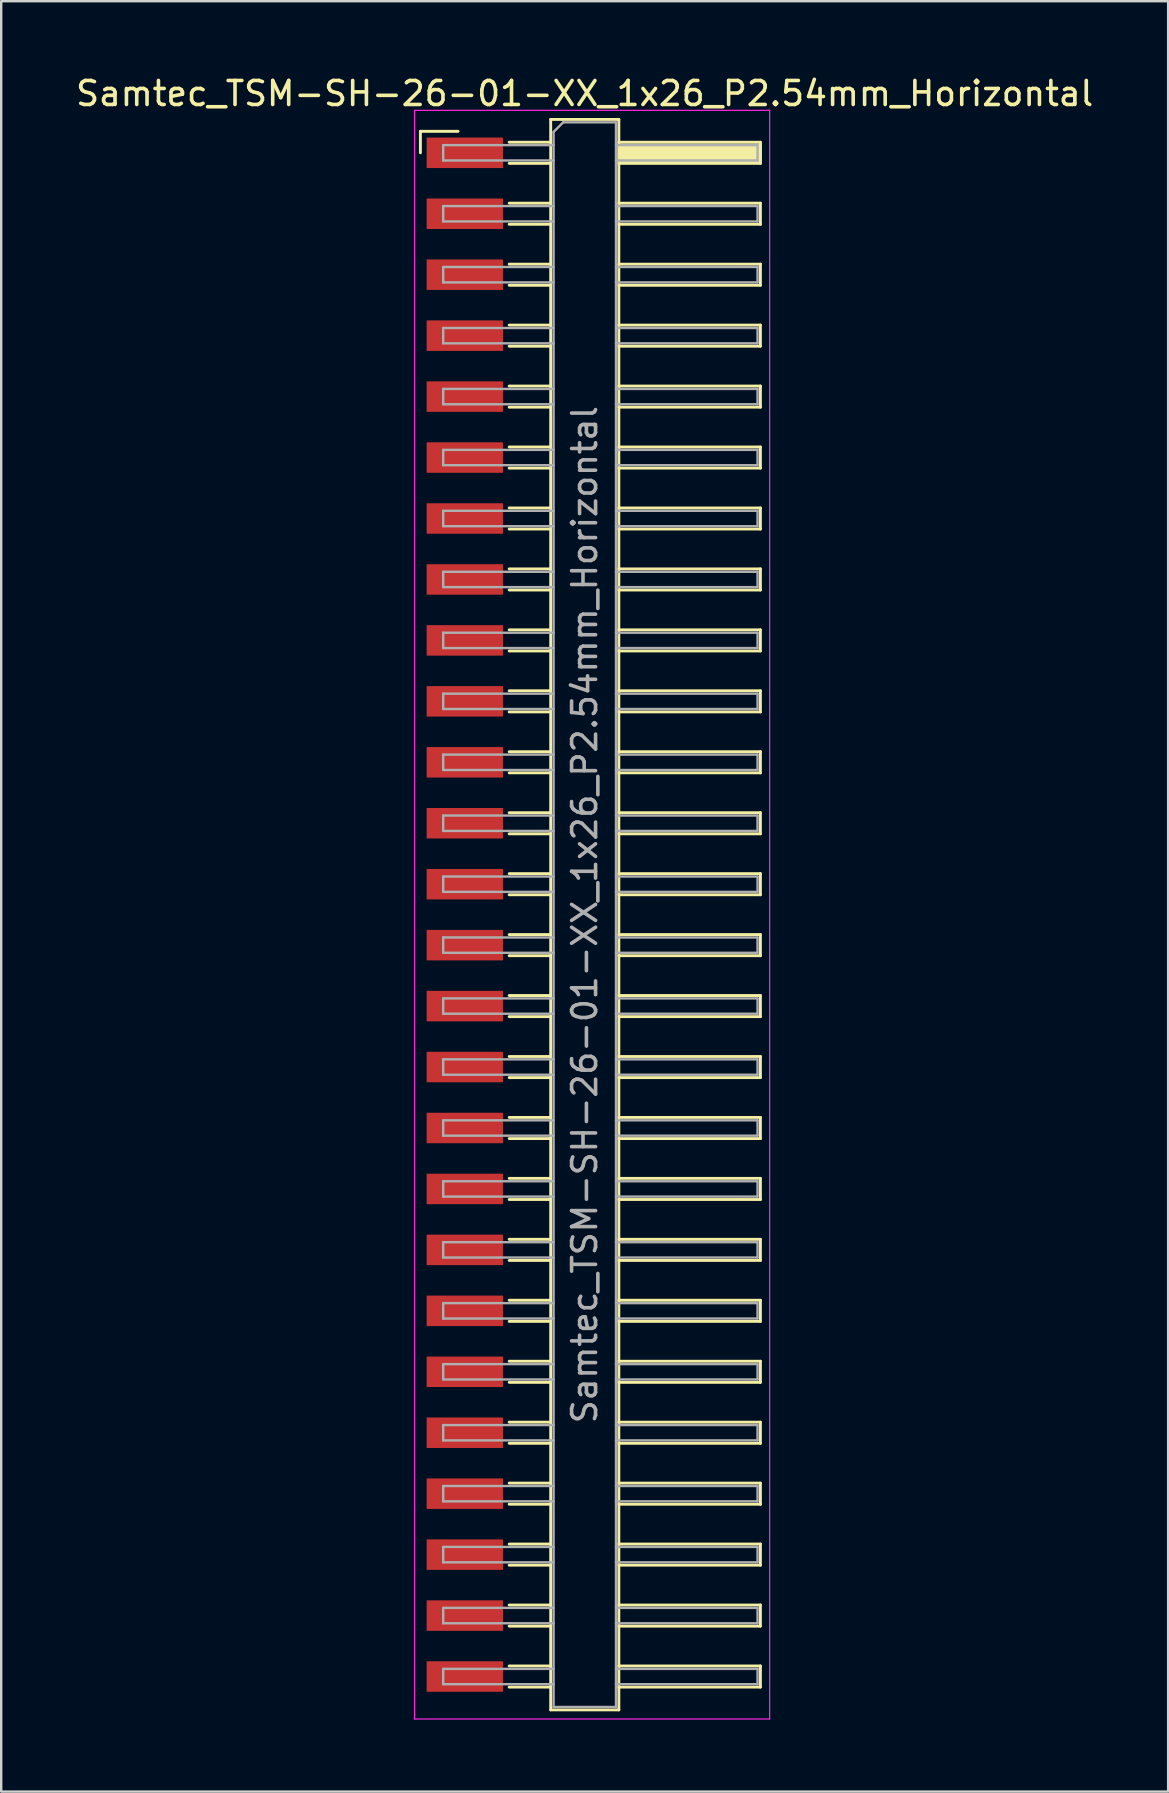
<source format=kicad_pcb>
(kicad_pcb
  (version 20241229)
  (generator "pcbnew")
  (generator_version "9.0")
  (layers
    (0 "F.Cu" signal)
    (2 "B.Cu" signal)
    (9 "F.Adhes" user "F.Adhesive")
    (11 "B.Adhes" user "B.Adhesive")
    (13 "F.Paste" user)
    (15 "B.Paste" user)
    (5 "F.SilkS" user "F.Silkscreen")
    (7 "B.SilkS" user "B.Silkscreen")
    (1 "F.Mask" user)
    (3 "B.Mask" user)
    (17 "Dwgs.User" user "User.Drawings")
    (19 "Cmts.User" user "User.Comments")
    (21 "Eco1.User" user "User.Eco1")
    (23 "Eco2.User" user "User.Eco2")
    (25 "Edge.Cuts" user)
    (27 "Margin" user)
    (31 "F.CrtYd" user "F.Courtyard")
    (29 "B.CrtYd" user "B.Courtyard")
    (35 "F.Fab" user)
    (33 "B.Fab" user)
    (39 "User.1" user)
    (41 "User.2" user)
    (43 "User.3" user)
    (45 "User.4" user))
  (footprint "Samtec_TSM-SH-26-01-XX_1x26_P2.54mm_Horizontal"
    (layer "F.Cu")
    (at 21.505 35.068)
    (property "Reference" "Samtec_TSM-SH-26-01-XX_1x26_P2.54mm_Horizontal" (at -0.19 -34.22 0) (layer "F.SilkS") (effects (font (size 1 1) (thickness 0.15))))
    (attr smd)
    (fp_line (start -7.035 -32.645) (end -5.465 -32.645) (stroke (width 0.12) (type solid)) (layer "F.SilkS"))
    (fp_line (start -7.035 -31.75) (end -7.035 -32.645) (stroke (width 0.12) (type solid)) (layer "F.SilkS"))
    (fp_line (start -3.335 -32.19) (end -1.605 -32.19) (stroke (width 0.12) (type solid)) (layer "F.SilkS"))
    (fp_line (start -3.335 -31.31) (end -1.605 -31.31) (stroke (width 0.12) (type solid)) (layer "F.SilkS"))
    (fp_line (start -3.335 -29.65) (end -1.605 -29.65) (stroke (width 0.12) (type solid)) (layer "F.SilkS"))
    (fp_line (start -3.335 -28.77) (end -1.605 -28.77) (stroke (width 0.12) (type solid)) (layer "F.SilkS"))
    (fp_line (start -3.335 -27.11) (end -1.605 -27.11) (stroke (width 0.12) (type solid)) (layer "F.SilkS"))
    (fp_line (start -3.335 -26.23) (end -1.605 -26.23) (stroke (width 0.12) (type solid)) (layer "F.SilkS"))
    (fp_line (start -3.335 -24.57) (end -1.605 -24.57) (stroke (width 0.12) (type solid)) (layer "F.SilkS"))
    (fp_line (start -3.335 -23.69) (end -1.605 -23.69) (stroke (width 0.12) (type solid)) (layer "F.SilkS"))
    (fp_line (start -3.335 -22.03) (end -1.605 -22.03) (stroke (width 0.12) (type solid)) (layer "F.SilkS"))
    (fp_line (start -3.335 -21.15) (end -1.605 -21.15) (stroke (width 0.12) (type solid)) (layer "F.SilkS"))
    (fp_line (start -3.335 -19.49) (end -1.605 -19.49) (stroke (width 0.12) (type solid)) (layer "F.SilkS"))
    (fp_line (start -3.335 -18.61) (end -1.605 -18.61) (stroke (width 0.12) (type solid)) (layer "F.SilkS"))
    (fp_line (start -3.335 -16.95) (end -1.605 -16.95) (stroke (width 0.12) (type solid)) (layer "F.SilkS"))
    (fp_line (start -3.335 -16.07) (end -1.605 -16.07) (stroke (width 0.12) (type solid)) (layer "F.SilkS"))
    (fp_line (start -3.335 -14.41) (end -1.605 -14.41) (stroke (width 0.12) (type solid)) (layer "F.SilkS"))
    (fp_line (start -3.335 -13.53) (end -1.605 -13.53) (stroke (width 0.12) (type solid)) (layer "F.SilkS"))
    (fp_line (start -3.335 -11.87) (end -1.605 -11.87) (stroke (width 0.12) (type solid)) (layer "F.SilkS"))
    (fp_line (start -3.335 -10.99) (end -1.605 -10.99) (stroke (width 0.12) (type solid)) (layer "F.SilkS"))
    (fp_line (start -3.335 -9.33) (end -1.605 -9.33) (stroke (width 0.12) (type solid)) (layer "F.SilkS"))
    (fp_line (start -3.335 -8.45) (end -1.605 -8.45) (stroke (width 0.12) (type solid)) (layer "F.SilkS"))
    (fp_line (start -3.335 -6.79) (end -1.605 -6.79) (stroke (width 0.12) (type solid)) (layer "F.SilkS"))
    (fp_line (start -3.335 -5.91) (end -1.605 -5.91) (stroke (width 0.12) (type solid)) (layer "F.SilkS"))
    (fp_line (start -3.335 -4.25) (end -1.605 -4.25) (stroke (width 0.12) (type solid)) (layer "F.SilkS"))
    (fp_line (start -3.335 -3.37) (end -1.605 -3.37) (stroke (width 0.12) (type solid)) (layer "F.SilkS"))
    (fp_line (start -3.335 -1.71) (end -1.605 -1.71) (stroke (width 0.12) (type solid)) (layer "F.SilkS"))
    (fp_line (start -3.335 -0.83) (end -1.605 -0.83) (stroke (width 0.12) (type solid)) (layer "F.SilkS"))
    (fp_line (start -3.335 0.83) (end -1.605 0.83) (stroke (width 0.12) (type solid)) (layer "F.SilkS"))
    (fp_line (start -3.335 1.71) (end -1.605 1.71) (stroke (width 0.12) (type solid)) (layer "F.SilkS"))
    (fp_line (start -3.335 3.37) (end -1.605 3.37) (stroke (width 0.12) (type solid)) (layer "F.SilkS"))
    (fp_line (start -3.335 4.25) (end -1.605 4.25) (stroke (width 0.12) (type solid)) (layer "F.SilkS"))
    (fp_line (start -3.335 5.91) (end -1.605 5.91) (stroke (width 0.12) (type solid)) (layer "F.SilkS"))
    (fp_line (start -3.335 6.79) (end -1.605 6.79) (stroke (width 0.12) (type solid)) (layer "F.SilkS"))
    (fp_line (start -3.335 8.45) (end -1.605 8.45) (stroke (width 0.12) (type solid)) (layer "F.SilkS"))
    (fp_line (start -3.335 9.33) (end -1.605 9.33) (stroke (width 0.12) (type solid)) (layer "F.SilkS"))
    (fp_line (start -3.335 10.99) (end -1.605 10.99) (stroke (width 0.12) (type solid)) (layer "F.SilkS"))
    (fp_line (start -3.335 11.87) (end -1.605 11.87) (stroke (width 0.12) (type solid)) (layer "F.SilkS"))
    (fp_line (start -3.335 13.53) (end -1.605 13.53) (stroke (width 0.12) (type solid)) (layer "F.SilkS"))
    (fp_line (start -3.335 14.41) (end -1.605 14.41) (stroke (width 0.12) (type solid)) (layer "F.SilkS"))
    (fp_line (start -3.335 16.07) (end -1.605 16.07) (stroke (width 0.12) (type solid)) (layer "F.SilkS"))
    (fp_line (start -3.335 16.95) (end -1.605 16.95) (stroke (width 0.12) (type solid)) (layer "F.SilkS"))
    (fp_line (start -3.335 18.61) (end -1.605 18.61) (stroke (width 0.12) (type solid)) (layer "F.SilkS"))
    (fp_line (start -3.335 19.49) (end -1.605 19.49) (stroke (width 0.12) (type solid)) (layer "F.SilkS"))
    (fp_line (start -3.335 21.15) (end -1.605 21.15) (stroke (width 0.12) (type solid)) (layer "F.SilkS"))
    (fp_line (start -3.335 22.03) (end -1.605 22.03) (stroke (width 0.12) (type solid)) (layer "F.SilkS"))
    (fp_line (start -3.335 23.69) (end -1.605 23.69) (stroke (width 0.12) (type solid)) (layer "F.SilkS"))
    (fp_line (start -3.335 24.57) (end -1.605 24.57) (stroke (width 0.12) (type solid)) (layer "F.SilkS"))
    (fp_line (start -3.335 26.23) (end -1.605 26.23) (stroke (width 0.12) (type solid)) (layer "F.SilkS"))
    (fp_line (start -3.335 27.11) (end -1.605 27.11) (stroke (width 0.12) (type solid)) (layer "F.SilkS"))
    (fp_line (start -3.335 28.77) (end -1.605 28.77) (stroke (width 0.12) (type solid)) (layer "F.SilkS"))
    (fp_line (start -3.335 29.65) (end -1.605 29.65) (stroke (width 0.12) (type solid)) (layer "F.SilkS"))
    (fp_line (start -3.335 31.31) (end -1.605 31.31) (stroke (width 0.12) (type solid)) (layer "F.SilkS"))
    (fp_line (start -3.335 32.19) (end -1.605 32.19) (stroke (width 0.12) (type solid)) (layer "F.SilkS"))
    (fp_line (start -1.605 -33.14) (end 1.235 -33.14) (stroke (width 0.12) (type solid)) (layer "F.SilkS"))
    (fp_line (start -1.605 33.14) (end -1.605 -33.14) (stroke (width 0.12) (type solid)) (layer "F.SilkS"))
    (fp_line (start 1.235 -33.14) (end 1.235 33.14) (stroke (width 0.12) (type solid)) (layer "F.SilkS"))
    (fp_line (start 1.235 -32.19) (end 7.135 -32.19) (stroke (width 0.12) (type solid)) (layer "F.SilkS"))
    (fp_line (start 1.235 -29.65) (end 7.135 -29.65) (stroke (width 0.12) (type solid)) (layer "F.SilkS"))
    (fp_line (start 1.235 -27.11) (end 7.135 -27.11) (stroke (width 0.12) (type solid)) (layer "F.SilkS"))
    (fp_line (start 1.235 -24.57) (end 7.135 -24.57) (stroke (width 0.12) (type solid)) (layer "F.SilkS"))
    (fp_line (start 1.235 -22.03) (end 7.135 -22.03) (stroke (width 0.12) (type solid)) (layer "F.SilkS"))
    (fp_line (start 1.235 -19.49) (end 7.135 -19.49) (stroke (width 0.12) (type solid)) (layer "F.SilkS"))
    (fp_line (start 1.235 -16.95) (end 7.135 -16.95) (stroke (width 0.12) (type solid)) (layer "F.SilkS"))
    (fp_line (start 1.235 -14.41) (end 7.135 -14.41) (stroke (width 0.12) (type solid)) (layer "F.SilkS"))
    (fp_line (start 1.235 -11.87) (end 7.135 -11.87) (stroke (width 0.12) (type solid)) (layer "F.SilkS"))
    (fp_line (start 1.235 -9.33) (end 7.135 -9.33) (stroke (width 0.12) (type solid)) (layer "F.SilkS"))
    (fp_line (start 1.235 -6.79) (end 7.135 -6.79) (stroke (width 0.12) (type solid)) (layer "F.SilkS"))
    (fp_line (start 1.235 -4.25) (end 7.135 -4.25) (stroke (width 0.12) (type solid)) (layer "F.SilkS"))
    (fp_line (start 1.235 -1.71) (end 7.135 -1.71) (stroke (width 0.12) (type solid)) (layer "F.SilkS"))
    (fp_line (start 1.235 0.83) (end 7.135 0.83) (stroke (width 0.12) (type solid)) (layer "F.SilkS"))
    (fp_line (start 1.235 3.37) (end 7.135 3.37) (stroke (width 0.12) (type solid)) (layer "F.SilkS"))
    (fp_line (start 1.235 5.91) (end 7.135 5.91) (stroke (width 0.12) (type solid)) (layer "F.SilkS"))
    (fp_line (start 1.235 8.45) (end 7.135 8.45) (stroke (width 0.12) (type solid)) (layer "F.SilkS"))
    (fp_line (start 1.235 10.99) (end 7.135 10.99) (stroke (width 0.12) (type solid)) (layer "F.SilkS"))
    (fp_line (start 1.235 13.53) (end 7.135 13.53) (stroke (width 0.12) (type solid)) (layer "F.SilkS"))
    (fp_line (start 1.235 16.07) (end 7.135 16.07) (stroke (width 0.12) (type solid)) (layer "F.SilkS"))
    (fp_line (start 1.235 18.61) (end 7.135 18.61) (stroke (width 0.12) (type solid)) (layer "F.SilkS"))
    (fp_line (start 1.235 21.15) (end 7.135 21.15) (stroke (width 0.12) (type solid)) (layer "F.SilkS"))
    (fp_line (start 1.235 23.69) (end 7.135 23.69) (stroke (width 0.12) (type solid)) (layer "F.SilkS"))
    (fp_line (start 1.235 26.23) (end 7.135 26.23) (stroke (width 0.12) (type solid)) (layer "F.SilkS"))
    (fp_line (start 1.235 28.77) (end 7.135 28.77) (stroke (width 0.12) (type solid)) (layer "F.SilkS"))
    (fp_line (start 1.235 31.31) (end 7.135 31.31) (stroke (width 0.12) (type solid)) (layer "F.SilkS"))
    (fp_line (start 1.235 33.14) (end -1.605 33.14) (stroke (width 0.12) (type solid)) (layer "F.SilkS"))
    (fp_line (start 7.135 -32.19) (end 7.135 -31.31) (stroke (width 0.12) (type solid)) (layer "F.SilkS"))
    (fp_line (start 7.135 -31.31) (end 1.235 -31.31) (stroke (width 0.12) (type solid)) (layer "F.SilkS"))
    (fp_line (start 7.135 -29.65) (end 7.135 -28.77) (stroke (width 0.12) (type solid)) (layer "F.SilkS"))
    (fp_line (start 7.135 -28.77) (end 1.235 -28.77) (stroke (width 0.12) (type solid)) (layer "F.SilkS"))
    (fp_line (start 7.135 -27.11) (end 7.135 -26.23) (stroke (width 0.12) (type solid)) (layer "F.SilkS"))
    (fp_line (start 7.135 -26.23) (end 1.235 -26.23) (stroke (width 0.12) (type solid)) (layer "F.SilkS"))
    (fp_line (start 7.135 -24.57) (end 7.135 -23.69) (stroke (width 0.12) (type solid)) (layer "F.SilkS"))
    (fp_line (start 7.135 -23.69) (end 1.235 -23.69) (stroke (width 0.12) (type solid)) (layer "F.SilkS"))
    (fp_line (start 7.135 -22.03) (end 7.135 -21.15) (stroke (width 0.12) (type solid)) (layer "F.SilkS"))
    (fp_line (start 7.135 -21.15) (end 1.235 -21.15) (stroke (width 0.12) (type solid)) (layer "F.SilkS"))
    (fp_line (start 7.135 -19.49) (end 7.135 -18.61) (stroke (width 0.12) (type solid)) (layer "F.SilkS"))
    (fp_line (start 7.135 -18.61) (end 1.235 -18.61) (stroke (width 0.12) (type solid)) (layer "F.SilkS"))
    (fp_line (start 7.135 -16.95) (end 7.135 -16.07) (stroke (width 0.12) (type solid)) (layer "F.SilkS"))
    (fp_line (start 7.135 -16.07) (end 1.235 -16.07) (stroke (width 0.12) (type solid)) (layer "F.SilkS"))
    (fp_line (start 7.135 -14.41) (end 7.135 -13.53) (stroke (width 0.12) (type solid)) (layer "F.SilkS"))
    (fp_line (start 7.135 -13.53) (end 1.235 -13.53) (stroke (width 0.12) (type solid)) (layer "F.SilkS"))
    (fp_line (start 7.135 -11.87) (end 7.135 -10.99) (stroke (width 0.12) (type solid)) (layer "F.SilkS"))
    (fp_line (start 7.135 -10.99) (end 1.235 -10.99) (stroke (width 0.12) (type solid)) (layer "F.SilkS"))
    (fp_line (start 7.135 -9.33) (end 7.135 -8.45) (stroke (width 0.12) (type solid)) (layer "F.SilkS"))
    (fp_line (start 7.135 -8.45) (end 1.235 -8.45) (stroke (width 0.12) (type solid)) (layer "F.SilkS"))
    (fp_line (start 7.135 -6.79) (end 7.135 -5.91) (stroke (width 0.12) (type solid)) (layer "F.SilkS"))
    (fp_line (start 7.135 -5.91) (end 1.235 -5.91) (stroke (width 0.12) (type solid)) (layer "F.SilkS"))
    (fp_line (start 7.135 -4.25) (end 7.135 -3.37) (stroke (width 0.12) (type solid)) (layer "F.SilkS"))
    (fp_line (start 7.135 -3.37) (end 1.235 -3.37) (stroke (width 0.12) (type solid)) (layer "F.SilkS"))
    (fp_line (start 7.135 -1.71) (end 7.135 -0.83) (stroke (width 0.12) (type solid)) (layer "F.SilkS"))
    (fp_line (start 7.135 -0.83) (end 1.235 -0.83) (stroke (width 0.12) (type solid)) (layer "F.SilkS"))
    (fp_line (start 7.135 0.83) (end 7.135 1.71) (stroke (width 0.12) (type solid)) (layer "F.SilkS"))
    (fp_line (start 7.135 1.71) (end 1.235 1.71) (stroke (width 0.12) (type solid)) (layer "F.SilkS"))
    (fp_line (start 7.135 3.37) (end 7.135 4.25) (stroke (width 0.12) (type solid)) (layer "F.SilkS"))
    (fp_line (start 7.135 4.25) (end 1.235 4.25) (stroke (width 0.12) (type solid)) (layer "F.SilkS"))
    (fp_line (start 7.135 5.91) (end 7.135 6.79) (stroke (width 0.12) (type solid)) (layer "F.SilkS"))
    (fp_line (start 7.135 6.79) (end 1.235 6.79) (stroke (width 0.12) (type solid)) (layer "F.SilkS"))
    (fp_line (start 7.135 8.45) (end 7.135 9.33) (stroke (width 0.12) (type solid)) (layer "F.SilkS"))
    (fp_line (start 7.135 9.33) (end 1.235 9.33) (stroke (width 0.12) (type solid)) (layer "F.SilkS"))
    (fp_line (start 7.135 10.99) (end 7.135 11.87) (stroke (width 0.12) (type solid)) (layer "F.SilkS"))
    (fp_line (start 7.135 11.87) (end 1.235 11.87) (stroke (width 0.12) (type solid)) (layer "F.SilkS"))
    (fp_line (start 7.135 13.53) (end 7.135 14.41) (stroke (width 0.12) (type solid)) (layer "F.SilkS"))
    (fp_line (start 7.135 14.41) (end 1.235 14.41) (stroke (width 0.12) (type solid)) (layer "F.SilkS"))
    (fp_line (start 7.135 16.07) (end 7.135 16.95) (stroke (width 0.12) (type solid)) (layer "F.SilkS"))
    (fp_line (start 7.135 16.95) (end 1.235 16.95) (stroke (width 0.12) (type solid)) (layer "F.SilkS"))
    (fp_line (start 7.135 18.61) (end 7.135 19.49) (stroke (width 0.12) (type solid)) (layer "F.SilkS"))
    (fp_line (start 7.135 19.49) (end 1.235 19.49) (stroke (width 0.12) (type solid)) (layer "F.SilkS"))
    (fp_line (start 7.135 21.15) (end 7.135 22.03) (stroke (width 0.12) (type solid)) (layer "F.SilkS"))
    (fp_line (start 7.135 22.03) (end 1.235 22.03) (stroke (width 0.12) (type solid)) (layer "F.SilkS"))
    (fp_line (start 7.135 23.69) (end 7.135 24.57) (stroke (width 0.12) (type solid)) (layer "F.SilkS"))
    (fp_line (start 7.135 24.57) (end 1.235 24.57) (stroke (width 0.12) (type solid)) (layer "F.SilkS"))
    (fp_line (start 7.135 26.23) (end 7.135 27.11) (stroke (width 0.12) (type solid)) (layer "F.SilkS"))
    (fp_line (start 7.135 27.11) (end 1.235 27.11) (stroke (width 0.12) (type solid)) (layer "F.SilkS"))
    (fp_line (start 7.135 28.77) (end 7.135 29.65) (stroke (width 0.12) (type solid)) (layer "F.SilkS"))
    (fp_line (start 7.135 29.65) (end 1.235 29.65) (stroke (width 0.12) (type solid)) (layer "F.SilkS"))
    (fp_line (start 7.135 31.31) (end 7.135 32.19) (stroke (width 0.12) (type solid)) (layer "F.SilkS"))
    (fp_line (start 7.135 32.19) (end 1.235 32.19) (stroke (width 0.12) (type solid)) (layer "F.SilkS"))
    (fp_line (start -7.28 -33.52) (end 7.52 -33.52) (stroke (width 0.05) (type solid)) (layer "F.CrtYd"))
    (fp_line (start -7.28 33.52) (end -7.28 -33.52) (stroke (width 0.05) (type solid)) (layer "F.CrtYd"))
    (fp_line (start 7.52 -33.52) (end 7.52 33.52) (stroke (width 0.05) (type solid)) (layer "F.CrtYd"))
    (fp_line (start 7.52 33.52) (end -7.28 33.52) (stroke (width 0.05) (type solid)) (layer "F.CrtYd"))
    (fp_line (start -6.085 -32.07) (end -6.085 -31.43) (stroke (width 0.1) (type solid)) (layer "F.Fab"))
    (fp_line (start -6.085 -31.43) (end -1.485 -31.43) (stroke (width 0.1) (type solid)) (layer "F.Fab"))
    (fp_line (start -6.085 -29.53) (end -6.085 -28.89) (stroke (width 0.1) (type solid)) (layer "F.Fab"))
    (fp_line (start -6.085 -28.89) (end -1.485 -28.89) (stroke (width 0.1) (type solid)) (layer "F.Fab"))
    (fp_line (start -6.085 -26.99) (end -6.085 -26.35) (stroke (width 0.1) (type solid)) (layer "F.Fab"))
    (fp_line (start -6.085 -26.35) (end -1.485 -26.35) (stroke (width 0.1) (type solid)) (layer "F.Fab"))
    (fp_line (start -6.085 -24.45) (end -6.085 -23.81) (stroke (width 0.1) (type solid)) (layer "F.Fab"))
    (fp_line (start -6.085 -23.81) (end -1.485 -23.81) (stroke (width 0.1) (type solid)) (layer "F.Fab"))
    (fp_line (start -6.085 -21.91) (end -6.085 -21.27) (stroke (width 0.1) (type solid)) (layer "F.Fab"))
    (fp_line (start -6.085 -21.27) (end -1.485 -21.27) (stroke (width 0.1) (type solid)) (layer "F.Fab"))
    (fp_line (start -6.085 -19.37) (end -6.085 -18.73) (stroke (width 0.1) (type solid)) (layer "F.Fab"))
    (fp_line (start -6.085 -18.73) (end -1.485 -18.73) (stroke (width 0.1) (type solid)) (layer "F.Fab"))
    (fp_line (start -6.085 -16.83) (end -6.085 -16.19) (stroke (width 0.1) (type solid)) (layer "F.Fab"))
    (fp_line (start -6.085 -16.19) (end -1.485 -16.19) (stroke (width 0.1) (type solid)) (layer "F.Fab"))
    (fp_line (start -6.085 -14.29) (end -6.085 -13.65) (stroke (width 0.1) (type solid)) (layer "F.Fab"))
    (fp_line (start -6.085 -13.65) (end -1.485 -13.65) (stroke (width 0.1) (type solid)) (layer "F.Fab"))
    (fp_line (start -6.085 -11.75) (end -6.085 -11.11) (stroke (width 0.1) (type solid)) (layer "F.Fab"))
    (fp_line (start -6.085 -11.11) (end -1.485 -11.11) (stroke (width 0.1) (type solid)) (layer "F.Fab"))
    (fp_line (start -6.085 -9.21) (end -6.085 -8.57) (stroke (width 0.1) (type solid)) (layer "F.Fab"))
    (fp_line (start -6.085 -8.57) (end -1.485 -8.57) (stroke (width 0.1) (type solid)) (layer "F.Fab"))
    (fp_line (start -6.085 -6.67) (end -6.085 -6.03) (stroke (width 0.1) (type solid)) (layer "F.Fab"))
    (fp_line (start -6.085 -6.03) (end -1.485 -6.03) (stroke (width 0.1) (type solid)) (layer "F.Fab"))
    (fp_line (start -6.085 -4.13) (end -6.085 -3.49) (stroke (width 0.1) (type solid)) (layer "F.Fab"))
    (fp_line (start -6.085 -3.49) (end -1.485 -3.49) (stroke (width 0.1) (type solid)) (layer "F.Fab"))
    (fp_line (start -6.085 -1.59) (end -6.085 -0.95) (stroke (width 0.1) (type solid)) (layer "F.Fab"))
    (fp_line (start -6.085 -0.95) (end -1.485 -0.95) (stroke (width 0.1) (type solid)) (layer "F.Fab"))
    (fp_line (start -6.085 0.95) (end -6.085 1.59) (stroke (width 0.1) (type solid)) (layer "F.Fab"))
    (fp_line (start -6.085 1.59) (end -1.485 1.59) (stroke (width 0.1) (type solid)) (layer "F.Fab"))
    (fp_line (start -6.085 3.49) (end -6.085 4.13) (stroke (width 0.1) (type solid)) (layer "F.Fab"))
    (fp_line (start -6.085 4.13) (end -1.485 4.13) (stroke (width 0.1) (type solid)) (layer "F.Fab"))
    (fp_line (start -6.085 6.03) (end -6.085 6.67) (stroke (width 0.1) (type solid)) (layer "F.Fab"))
    (fp_line (start -6.085 6.67) (end -1.485 6.67) (stroke (width 0.1) (type solid)) (layer "F.Fab"))
    (fp_line (start -6.085 8.57) (end -6.085 9.21) (stroke (width 0.1) (type solid)) (layer "F.Fab"))
    (fp_line (start -6.085 9.21) (end -1.485 9.21) (stroke (width 0.1) (type solid)) (layer "F.Fab"))
    (fp_line (start -6.085 11.11) (end -6.085 11.75) (stroke (width 0.1) (type solid)) (layer "F.Fab"))
    (fp_line (start -6.085 11.75) (end -1.485 11.75) (stroke (width 0.1) (type solid)) (layer "F.Fab"))
    (fp_line (start -6.085 13.65) (end -6.085 14.29) (stroke (width 0.1) (type solid)) (layer "F.Fab"))
    (fp_line (start -6.085 14.29) (end -1.485 14.29) (stroke (width 0.1) (type solid)) (layer "F.Fab"))
    (fp_line (start -6.085 16.19) (end -6.085 16.83) (stroke (width 0.1) (type solid)) (layer "F.Fab"))
    (fp_line (start -6.085 16.83) (end -1.485 16.83) (stroke (width 0.1) (type solid)) (layer "F.Fab"))
    (fp_line (start -6.085 18.73) (end -6.085 19.37) (stroke (width 0.1) (type solid)) (layer "F.Fab"))
    (fp_line (start -6.085 19.37) (end -1.485 19.37) (stroke (width 0.1) (type solid)) (layer "F.Fab"))
    (fp_line (start -6.085 21.27) (end -6.085 21.91) (stroke (width 0.1) (type solid)) (layer "F.Fab"))
    (fp_line (start -6.085 21.91) (end -1.485 21.91) (stroke (width 0.1) (type solid)) (layer "F.Fab"))
    (fp_line (start -6.085 23.81) (end -6.085 24.45) (stroke (width 0.1) (type solid)) (layer "F.Fab"))
    (fp_line (start -6.085 24.45) (end -1.485 24.45) (stroke (width 0.1) (type solid)) (layer "F.Fab"))
    (fp_line (start -6.085 26.35) (end -6.085 26.99) (stroke (width 0.1) (type solid)) (layer "F.Fab"))
    (fp_line (start -6.085 26.99) (end -1.485 26.99) (stroke (width 0.1) (type solid)) (layer "F.Fab"))
    (fp_line (start -6.085 28.89) (end -6.085 29.53) (stroke (width 0.1) (type solid)) (layer "F.Fab"))
    (fp_line (start -6.085 29.53) (end -1.485 29.53) (stroke (width 0.1) (type solid)) (layer "F.Fab"))
    (fp_line (start -6.085 31.43) (end -6.085 32.07) (stroke (width 0.1) (type solid)) (layer "F.Fab"))
    (fp_line (start -6.085 32.07) (end -1.485 32.07) (stroke (width 0.1) (type solid)) (layer "F.Fab"))
    (fp_line (start -1.485 -32.62) (end -1.085 -33.02) (stroke (width 0.1) (type solid)) (layer "F.Fab"))
    (fp_line (start -1.485 -32.07) (end -6.085 -32.07) (stroke (width 0.1) (type solid)) (layer "F.Fab"))
    (fp_line (start -1.485 -29.53) (end -6.085 -29.53) (stroke (width 0.1) (type solid)) (layer "F.Fab"))
    (fp_line (start -1.485 -26.99) (end -6.085 -26.99) (stroke (width 0.1) (type solid)) (layer "F.Fab"))
    (fp_line (start -1.485 -24.45) (end -6.085 -24.45) (stroke (width 0.1) (type solid)) (layer "F.Fab"))
    (fp_line (start -1.485 -21.91) (end -6.085 -21.91) (stroke (width 0.1) (type solid)) (layer "F.Fab"))
    (fp_line (start -1.485 -19.37) (end -6.085 -19.37) (stroke (width 0.1) (type solid)) (layer "F.Fab"))
    (fp_line (start -1.485 -16.83) (end -6.085 -16.83) (stroke (width 0.1) (type solid)) (layer "F.Fab"))
    (fp_line (start -1.485 -14.29) (end -6.085 -14.29) (stroke (width 0.1) (type solid)) (layer "F.Fab"))
    (fp_line (start -1.485 -11.75) (end -6.085 -11.75) (stroke (width 0.1) (type solid)) (layer "F.Fab"))
    (fp_line (start -1.485 -9.21) (end -6.085 -9.21) (stroke (width 0.1) (type solid)) (layer "F.Fab"))
    (fp_line (start -1.485 -6.67) (end -6.085 -6.67) (stroke (width 0.1) (type solid)) (layer "F.Fab"))
    (fp_line (start -1.485 -4.13) (end -6.085 -4.13) (stroke (width 0.1) (type solid)) (layer "F.Fab"))
    (fp_line (start -1.485 -1.59) (end -6.085 -1.59) (stroke (width 0.1) (type solid)) (layer "F.Fab"))
    (fp_line (start -1.485 0.95) (end -6.085 0.95) (stroke (width 0.1) (type solid)) (layer "F.Fab"))
    (fp_line (start -1.485 3.49) (end -6.085 3.49) (stroke (width 0.1) (type solid)) (layer "F.Fab"))
    (fp_line (start -1.485 6.03) (end -6.085 6.03) (stroke (width 0.1) (type solid)) (layer "F.Fab"))
    (fp_line (start -1.485 8.57) (end -6.085 8.57) (stroke (width 0.1) (type solid)) (layer "F.Fab"))
    (fp_line (start -1.485 11.11) (end -6.085 11.11) (stroke (width 0.1) (type solid)) (layer "F.Fab"))
    (fp_line (start -1.485 13.65) (end -6.085 13.65) (stroke (width 0.1) (type solid)) (layer "F.Fab"))
    (fp_line (start -1.485 16.19) (end -6.085 16.19) (stroke (width 0.1) (type solid)) (layer "F.Fab"))
    (fp_line (start -1.485 18.73) (end -6.085 18.73) (stroke (width 0.1) (type solid)) (layer "F.Fab"))
    (fp_line (start -1.485 21.27) (end -6.085 21.27) (stroke (width 0.1) (type solid)) (layer "F.Fab"))
    (fp_line (start -1.485 23.81) (end -6.085 23.81) (stroke (width 0.1) (type solid)) (layer "F.Fab"))
    (fp_line (start -1.485 26.35) (end -6.085 26.35) (stroke (width 0.1) (type solid)) (layer "F.Fab"))
    (fp_line (start -1.485 28.89) (end -6.085 28.89) (stroke (width 0.1) (type solid)) (layer "F.Fab"))
    (fp_line (start -1.485 31.43) (end -6.085 31.43) (stroke (width 0.1) (type solid)) (layer "F.Fab"))
    (fp_line (start -1.485 33.02) (end -1.485 -32.62) (stroke (width 0.1) (type solid)) (layer "F.Fab"))
    (fp_line (start -1.085 -33.02) (end 1.115 -33.02) (stroke (width 0.1) (type solid)) (layer "F.Fab"))
    (fp_line (start 1.115 -33.02) (end 1.115 33.02) (stroke (width 0.1) (type solid)) (layer "F.Fab"))
    (fp_line (start 1.115 -32.07) (end 7.015 -32.07) (stroke (width 0.1) (type solid)) (layer "F.Fab"))
    (fp_line (start 1.115 -29.53) (end 7.015 -29.53) (stroke (width 0.1) (type solid)) (layer "F.Fab"))
    (fp_line (start 1.115 -26.99) (end 7.015 -26.99) (stroke (width 0.1) (type solid)) (layer "F.Fab"))
    (fp_line (start 1.115 -24.45) (end 7.015 -24.45) (stroke (width 0.1) (type solid)) (layer "F.Fab"))
    (fp_line (start 1.115 -21.91) (end 7.015 -21.91) (stroke (width 0.1) (type solid)) (layer "F.Fab"))
    (fp_line (start 1.115 -19.37) (end 7.015 -19.37) (stroke (width 0.1) (type solid)) (layer "F.Fab"))
    (fp_line (start 1.115 -16.83) (end 7.015 -16.83) (stroke (width 0.1) (type solid)) (layer "F.Fab"))
    (fp_line (start 1.115 -14.29) (end 7.015 -14.29) (stroke (width 0.1) (type solid)) (layer "F.Fab"))
    (fp_line (start 1.115 -11.75) (end 7.015 -11.75) (stroke (width 0.1) (type solid)) (layer "F.Fab"))
    (fp_line (start 1.115 -9.21) (end 7.015 -9.21) (stroke (width 0.1) (type solid)) (layer "F.Fab"))
    (fp_line (start 1.115 -6.67) (end 7.015 -6.67) (stroke (width 0.1) (type solid)) (layer "F.Fab"))
    (fp_line (start 1.115 -4.13) (end 7.015 -4.13) (stroke (width 0.1) (type solid)) (layer "F.Fab"))
    (fp_line (start 1.115 -1.59) (end 7.015 -1.59) (stroke (width 0.1) (type solid)) (layer "F.Fab"))
    (fp_line (start 1.115 0.95) (end 7.015 0.95) (stroke (width 0.1) (type solid)) (layer "F.Fab"))
    (fp_line (start 1.115 3.49) (end 7.015 3.49) (stroke (width 0.1) (type solid)) (layer "F.Fab"))
    (fp_line (start 1.115 6.03) (end 7.015 6.03) (stroke (width 0.1) (type solid)) (layer "F.Fab"))
    (fp_line (start 1.115 8.57) (end 7.015 8.57) (stroke (width 0.1) (type solid)) (layer "F.Fab"))
    (fp_line (start 1.115 11.11) (end 7.015 11.11) (stroke (width 0.1) (type solid)) (layer "F.Fab"))
    (fp_line (start 1.115 13.65) (end 7.015 13.65) (stroke (width 0.1) (type solid)) (layer "F.Fab"))
    (fp_line (start 1.115 16.19) (end 7.015 16.19) (stroke (width 0.1) (type solid)) (layer "F.Fab"))
    (fp_line (start 1.115 18.73) (end 7.015 18.73) (stroke (width 0.1) (type solid)) (layer "F.Fab"))
    (fp_line (start 1.115 21.27) (end 7.015 21.27) (stroke (width 0.1) (type solid)) (layer "F.Fab"))
    (fp_line (start 1.115 23.81) (end 7.015 23.81) (stroke (width 0.1) (type solid)) (layer "F.Fab"))
    (fp_line (start 1.115 26.35) (end 7.015 26.35) (stroke (width 0.1) (type solid)) (layer "F.Fab"))
    (fp_line (start 1.115 28.89) (end 7.015 28.89) (stroke (width 0.1) (type solid)) (layer "F.Fab"))
    (fp_line (start 1.115 31.43) (end 7.015 31.43) (stroke (width 0.1) (type solid)) (layer "F.Fab"))
    (fp_line (start 1.115 33.02) (end -1.485 33.02) (stroke (width 0.1) (type solid)) (layer "F.Fab"))
    (fp_line (start 7.015 -32.07) (end 7.015 -31.43) (stroke (width 0.1) (type solid)) (layer "F.Fab"))
    (fp_line (start 7.015 -31.43) (end 1.115 -31.43) (stroke (width 0.1) (type solid)) (layer "F.Fab"))
    (fp_line (start 7.015 -29.53) (end 7.015 -28.89) (stroke (width 0.1) (type solid)) (layer "F.Fab"))
    (fp_line (start 7.015 -28.89) (end 1.115 -28.89) (stroke (width 0.1) (type solid)) (layer "F.Fab"))
    (fp_line (start 7.015 -26.99) (end 7.015 -26.35) (stroke (width 0.1) (type solid)) (layer "F.Fab"))
    (fp_line (start 7.015 -26.35) (end 1.115 -26.35) (stroke (width 0.1) (type solid)) (layer "F.Fab"))
    (fp_line (start 7.015 -24.45) (end 7.015 -23.81) (stroke (width 0.1) (type solid)) (layer "F.Fab"))
    (fp_line (start 7.015 -23.81) (end 1.115 -23.81) (stroke (width 0.1) (type solid)) (layer "F.Fab"))
    (fp_line (start 7.015 -21.91) (end 7.015 -21.27) (stroke (width 0.1) (type solid)) (layer "F.Fab"))
    (fp_line (start 7.015 -21.27) (end 1.115 -21.27) (stroke (width 0.1) (type solid)) (layer "F.Fab"))
    (fp_line (start 7.015 -19.37) (end 7.015 -18.73) (stroke (width 0.1) (type solid)) (layer "F.Fab"))
    (fp_line (start 7.015 -18.73) (end 1.115 -18.73) (stroke (width 0.1) (type solid)) (layer "F.Fab"))
    (fp_line (start 7.015 -16.83) (end 7.015 -16.19) (stroke (width 0.1) (type solid)) (layer "F.Fab"))
    (fp_line (start 7.015 -16.19) (end 1.115 -16.19) (stroke (width 0.1) (type solid)) (layer "F.Fab"))
    (fp_line (start 7.015 -14.29) (end 7.015 -13.65) (stroke (width 0.1) (type solid)) (layer "F.Fab"))
    (fp_line (start 7.015 -13.65) (end 1.115 -13.65) (stroke (width 0.1) (type solid)) (layer "F.Fab"))
    (fp_line (start 7.015 -11.75) (end 7.015 -11.11) (stroke (width 0.1) (type solid)) (layer "F.Fab"))
    (fp_line (start 7.015 -11.11) (end 1.115 -11.11) (stroke (width 0.1) (type solid)) (layer "F.Fab"))
    (fp_line (start 7.015 -9.21) (end 7.015 -8.57) (stroke (width 0.1) (type solid)) (layer "F.Fab"))
    (fp_line (start 7.015 -8.57) (end 1.115 -8.57) (stroke (width 0.1) (type solid)) (layer "F.Fab"))
    (fp_line (start 7.015 -6.67) (end 7.015 -6.03) (stroke (width 0.1) (type solid)) (layer "F.Fab"))
    (fp_line (start 7.015 -6.03) (end 1.115 -6.03) (stroke (width 0.1) (type solid)) (layer "F.Fab"))
    (fp_line (start 7.015 -4.13) (end 7.015 -3.49) (stroke (width 0.1) (type solid)) (layer "F.Fab"))
    (fp_line (start 7.015 -3.49) (end 1.115 -3.49) (stroke (width 0.1) (type solid)) (layer "F.Fab"))
    (fp_line (start 7.015 -1.59) (end 7.015 -0.95) (stroke (width 0.1) (type solid)) (layer "F.Fab"))
    (fp_line (start 7.015 -0.95) (end 1.115 -0.95) (stroke (width 0.1) (type solid)) (layer "F.Fab"))
    (fp_line (start 7.015 0.95) (end 7.015 1.59) (stroke (width 0.1) (type solid)) (layer "F.Fab"))
    (fp_line (start 7.015 1.59) (end 1.115 1.59) (stroke (width 0.1) (type solid)) (layer "F.Fab"))
    (fp_line (start 7.015 3.49) (end 7.015 4.13) (stroke (width 0.1) (type solid)) (layer "F.Fab"))
    (fp_line (start 7.015 4.13) (end 1.115 4.13) (stroke (width 0.1) (type solid)) (layer "F.Fab"))
    (fp_line (start 7.015 6.03) (end 7.015 6.67) (stroke (width 0.1) (type solid)) (layer "F.Fab"))
    (fp_line (start 7.015 6.67) (end 1.115 6.67) (stroke (width 0.1) (type solid)) (layer "F.Fab"))
    (fp_line (start 7.015 8.57) (end 7.015 9.21) (stroke (width 0.1) (type solid)) (layer "F.Fab"))
    (fp_line (start 7.015 9.21) (end 1.115 9.21) (stroke (width 0.1) (type solid)) (layer "F.Fab"))
    (fp_line (start 7.015 11.11) (end 7.015 11.75) (stroke (width 0.1) (type solid)) (layer "F.Fab"))
    (fp_line (start 7.015 11.75) (end 1.115 11.75) (stroke (width 0.1) (type solid)) (layer "F.Fab"))
    (fp_line (start 7.015 13.65) (end 7.015 14.29) (stroke (width 0.1) (type solid)) (layer "F.Fab"))
    (fp_line (start 7.015 14.29) (end 1.115 14.29) (stroke (width 0.1) (type solid)) (layer "F.Fab"))
    (fp_line (start 7.015 16.19) (end 7.015 16.83) (stroke (width 0.1) (type solid)) (layer "F.Fab"))
    (fp_line (start 7.015 16.83) (end 1.115 16.83) (stroke (width 0.1) (type solid)) (layer "F.Fab"))
    (fp_line (start 7.015 18.73) (end 7.015 19.37) (stroke (width 0.1) (type solid)) (layer "F.Fab"))
    (fp_line (start 7.015 19.37) (end 1.115 19.37) (stroke (width 0.1) (type solid)) (layer "F.Fab"))
    (fp_line (start 7.015 21.27) (end 7.015 21.91) (stroke (width 0.1) (type solid)) (layer "F.Fab"))
    (fp_line (start 7.015 21.91) (end 1.115 21.91) (stroke (width 0.1) (type solid)) (layer "F.Fab"))
    (fp_line (start 7.015 23.81) (end 7.015 24.45) (stroke (width 0.1) (type solid)) (layer "F.Fab"))
    (fp_line (start 7.015 24.45) (end 1.115 24.45) (stroke (width 0.1) (type solid)) (layer "F.Fab"))
    (fp_line (start 7.015 26.35) (end 7.015 26.99) (stroke (width 0.1) (type solid)) (layer "F.Fab"))
    (fp_line (start 7.015 26.99) (end 1.115 26.99) (stroke (width 0.1) (type solid)) (layer "F.Fab"))
    (fp_line (start 7.015 28.89) (end 7.015 29.53) (stroke (width 0.1) (type solid)) (layer "F.Fab"))
    (fp_line (start 7.015 29.53) (end 1.115 29.53) (stroke (width 0.1) (type solid)) (layer "F.Fab"))
    (fp_line (start 7.015 31.43) (end 7.015 32.07) (stroke (width 0.1) (type solid)) (layer "F.Fab"))
    (fp_line (start 7.015 32.07) (end 1.115 32.07) (stroke (width 0.1) (type solid)) (layer "F.Fab"))
    (fp_text user "${REFERENCE}" (at -0.19 0 90) (layer "F.Fab") (effects (font (size 1 1) (thickness 0.15))))
    (pad "" smd rect (at 4.185 -31.75) (size 6 0.76) (layers "F.SilkS"))
    (pad "1" smd rect (at -5.185 -31.75) (size 3.18 1.27) (layers "F.Cu" "F.Mask" "F.Paste"))
    (pad "2" smd rect (at -5.185 -29.21) (size 3.18 1.27) (layers "F.Cu" "F.Mask" "F.Paste"))
    (pad "3" smd rect (at -5.185 -26.67) (size 3.18 1.27) (layers "F.Cu" "F.Mask" "F.Paste"))
    (pad "4" smd rect (at -5.185 -24.13) (size 3.18 1.27) (layers "F.Cu" "F.Mask" "F.Paste"))
    (pad "5" smd rect (at -5.185 -21.59) (size 3.18 1.27) (layers "F.Cu" "F.Mask" "F.Paste"))
    (pad "6" smd rect (at -5.185 -19.05) (size 3.18 1.27) (layers "F.Cu" "F.Mask" "F.Paste"))
    (pad "7" smd rect (at -5.185 -16.51) (size 3.18 1.27) (layers "F.Cu" "F.Mask" "F.Paste"))
    (pad "8" smd rect (at -5.185 -13.97) (size 3.18 1.27) (layers "F.Cu" "F.Mask" "F.Paste"))
    (pad "9" smd rect (at -5.185 -11.43) (size 3.18 1.27) (layers "F.Cu" "F.Mask" "F.Paste"))
    (pad "10" smd rect (at -5.185 -8.89) (size 3.18 1.27) (layers "F.Cu" "F.Mask" "F.Paste"))
    (pad "11" smd rect (at -5.185 -6.35) (size 3.18 1.27) (layers "F.Cu" "F.Mask" "F.Paste"))
    (pad "12" smd rect (at -5.185 -3.81) (size 3.18 1.27) (layers "F.Cu" "F.Mask" "F.Paste"))
    (pad "13" smd rect (at -5.185 -1.27) (size 3.18 1.27) (layers "F.Cu" "F.Mask" "F.Paste"))
    (pad "14" smd rect (at -5.185 1.27) (size 3.18 1.27) (layers "F.Cu" "F.Mask" "F.Paste"))
    (pad "15" smd rect (at -5.185 3.81) (size 3.18 1.27) (layers "F.Cu" "F.Mask" "F.Paste"))
    (pad "16" smd rect (at -5.185 6.35) (size 3.18 1.27) (layers "F.Cu" "F.Mask" "F.Paste"))
    (pad "17" smd rect (at -5.185 8.89) (size 3.18 1.27) (layers "F.Cu" "F.Mask" "F.Paste"))
    (pad "18" smd rect (at -5.185 11.43) (size 3.18 1.27) (layers "F.Cu" "F.Mask" "F.Paste"))
    (pad "19" smd rect (at -5.185 13.97) (size 3.18 1.27) (layers "F.Cu" "F.Mask" "F.Paste"))
    (pad "20" smd rect (at -5.185 16.51) (size 3.18 1.27) (layers "F.Cu" "F.Mask" "F.Paste"))
    (pad "21" smd rect (at -5.185 19.05) (size 3.18 1.27) (layers "F.Cu" "F.Mask" "F.Paste"))
    (pad "22" smd rect (at -5.185 21.59) (size 3.18 1.27) (layers "F.Cu" "F.Mask" "F.Paste"))
    (pad "23" smd rect (at -5.185 24.13) (size 3.18 1.27) (layers "F.Cu" "F.Mask" "F.Paste"))
    (pad "24" smd rect (at -5.185 26.67) (size 3.18 1.27) (layers "F.Cu" "F.Mask" "F.Paste"))
    (pad "25" smd rect (at -5.185 29.21) (size 3.18 1.27) (layers "F.Cu" "F.Mask" "F.Paste"))
    (pad "26" smd rect (at -5.185 31.75) (size 3.18 1.27) (layers "F.Cu" "F.Mask" "F.Paste")))
  (gr_rect
    (start -3 -3)
    (end 45.631 71.613)
    (stroke (width 0.1) (type default))
    (fill no)
    (layer "Edge.Cuts")))
</source>
